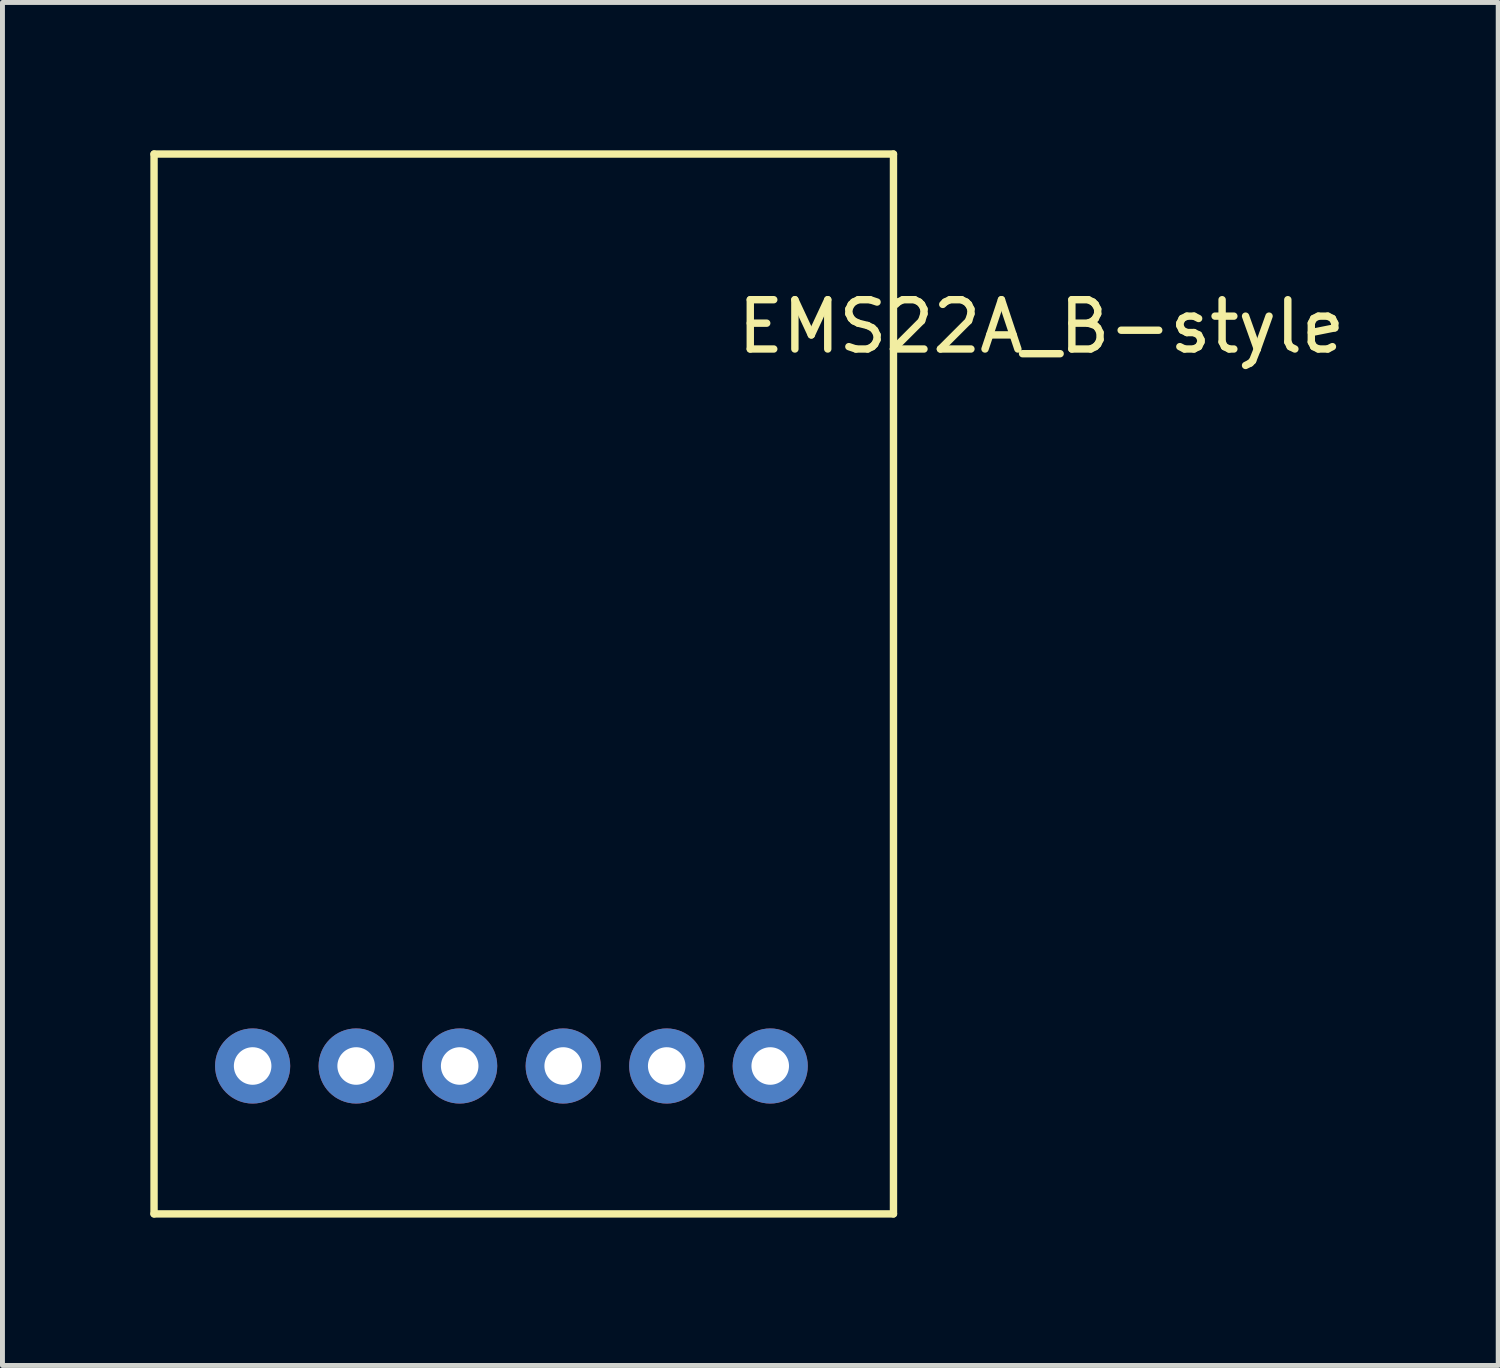
<source format=kicad_pcb>
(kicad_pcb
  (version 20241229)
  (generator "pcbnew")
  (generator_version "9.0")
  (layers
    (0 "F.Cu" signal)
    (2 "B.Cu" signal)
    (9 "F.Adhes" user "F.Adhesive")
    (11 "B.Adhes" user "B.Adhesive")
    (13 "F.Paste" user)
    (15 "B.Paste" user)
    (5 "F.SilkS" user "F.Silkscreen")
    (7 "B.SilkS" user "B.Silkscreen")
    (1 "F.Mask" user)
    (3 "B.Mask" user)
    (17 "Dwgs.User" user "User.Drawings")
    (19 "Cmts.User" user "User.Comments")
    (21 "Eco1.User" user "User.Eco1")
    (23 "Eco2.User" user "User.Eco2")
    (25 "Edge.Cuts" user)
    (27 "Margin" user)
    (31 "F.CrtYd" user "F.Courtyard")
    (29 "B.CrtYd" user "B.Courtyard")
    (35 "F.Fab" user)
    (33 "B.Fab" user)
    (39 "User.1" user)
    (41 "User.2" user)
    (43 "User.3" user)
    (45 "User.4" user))
  (footprint "EMS22A_B-style"
    (layer "F.Cu")
    (at 2.075 18.575)
    (property "Reference" "EMS22A_B-style" (at 16 -15 0) (layer "F.SilkS") (effects (font (size 1 1) (thickness 0.15))))
    (attr through_hole)
    (fp_line (start -2 -18.5) (end -2 3) (stroke (width 0.15) (type solid)) (layer "F.SilkS"))
    (fp_line (start -2 3) (end 13 3) (stroke (width 0.15) (type solid)) (layer "F.SilkS"))
    (fp_line (start 13 -18.5) (end -2 -18.5) (stroke (width 0.15) (type solid)) (layer "F.SilkS"))
    (fp_line (start 13 3) (end 13 -18.5) (stroke (width 0.15) (type solid)) (layer "F.SilkS"))
    (pad "1" thru_hole circle (at 0 0) (size 1.524 1.524) (drill 0.762) (layers "*.Cu" "*.Mask"))
    (pad "2" thru_hole circle (at 2.1 0) (size 1.524 1.524) (drill 0.762) (layers "*.Cu" "*.Mask"))
    (pad "3" thru_hole circle (at 4.2 0) (size 1.524 1.524) (drill 0.762) (layers "*.Cu" "*.Mask"))
    (pad "4" thru_hole circle (at 6.3 0) (size 1.524 1.524) (drill 0.762) (layers "*.Cu" "*.Mask"))
    (pad "5" thru_hole circle (at 8.4 0) (size 1.524 1.524) (drill 0.762) (layers "*.Cu" "*.Mask"))
    (pad "6" thru_hole circle (at 10.5 0) (size 1.524 1.524) (drill 0.762) (layers "*.Cu" "*.Mask")))
  (gr_rect
    (start -3 -3)
    (end 27.343 24.65)
    (stroke (width 0.1) (type default))
    (fill no)
    (layer "Edge.Cuts")))
</source>
